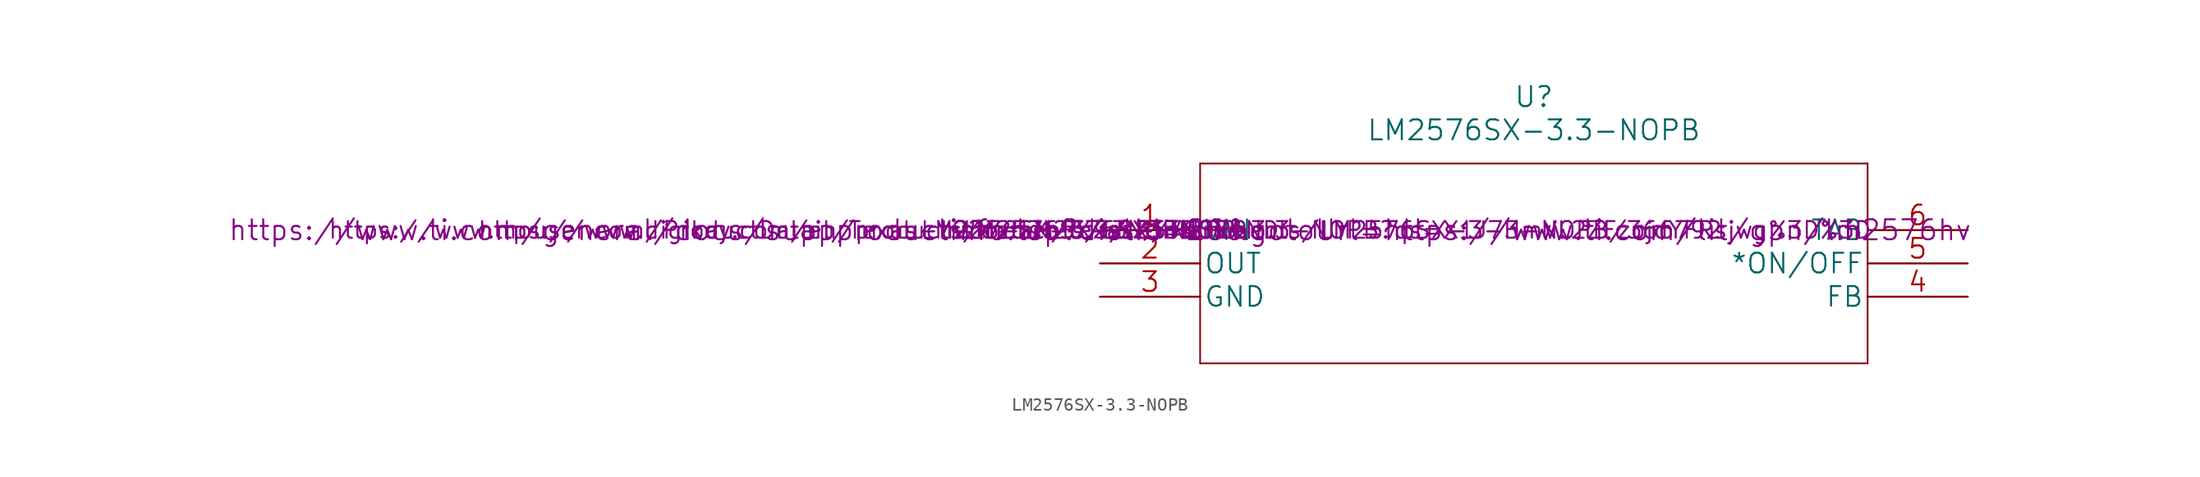
<source format=kicad_sym>
(kicad_symbol_lib
  (version 20211014)
  (generator kicad_symbol_editor)
  (symbol "LM2576SX-3.3-NOPB"
    (pin_names
      (offset 0.254))
    (property "Reference" "U"
      (at 33.02 10.16 0)
      (effects (font (size 1.524 1.524))))
    (property "Value" "LM2576SX-3.3-NOPB"
      (at 33.02 7.62 0)
      (effects (font (size 1.524 1.524))))
    (property "Datasheet" "https://www.ti.com/general/docs/suppproductinfo.tsp?distId=26&gotoUrl=https://www.ti.com/lit/gpn/lm2576hv"
      (at 0 0 0)
      (effects (font (size 1.524 1.524))))
    (property "Manufacturer's Part Number" "LM2576SX-3.3/NOPB"
      (at 0 0 0)
      (effects (font (size 1.27 1.27))))
    (property "Digikey Part Number" "LM2576SX-3.3/NOPBCT-ND"
      (at 0 0 0)
      (effects (font (size 1.27 1.27))))
    (property "Mouser Part Number" "926-LM2576SX33NOPB"
      (at 0 0 0)
      (effects (font (size 1.27 1.27))))
    (property "Digikey link" "https://www.digikey.com/en/products/detail/texas-instruments/LM2576SX-3-3-NOPB/366792"
      (at 0 0 0)
      (effects (font (size 1.27 1.27))))
    (property "Mouser link" "https://www.mouser.com/ProductDetail/Texas-Instruments/LM2576SX-3.3-NOPB?qs=X1J7HmVL2ZFzojdYFRsjwg%3D%3D"
      (at 0 0 0)
      (effects (font (size 1.27 1.27))))
    (symbol "LM2576SX-3.3-NOPB_1_1"
      (polyline (pts (xy 7.62 -10.16) (xy 58.42 -10.16)) (stroke (width 0.127) (type default) (color 0 0 0 0)) (fill (type none)))
      (polyline (pts (xy 7.62 5.08) (xy 7.62 -10.16)) (stroke (width 0.127) (type default) (color 0 0 0 0)) (fill (type none)))
      (polyline (pts (xy 58.42 -10.16) (xy 58.42 5.08)) (stroke (width 0.127) (type default) (color 0 0 0 0)) (fill (type none)))
      (polyline (pts (xy 58.42 5.08) (xy 7.62 5.08)) (stroke (width 0.127) (type default) (color 0 0 0 0)) (fill (type none)))
      (pin power_in line (at 0 0 0) (length 7.62) (name "VIN" (effects (font (size 1.499 1.499)))) (number "1" (effects (font (size 1.499 1.499)))))
      (pin power_in line (at 0 -2.54 0) (length 7.62) (name "OUT" (effects (font (size 1.499 1.499)))) (number "2" (effects (font (size 1.499 1.499)))))
      (pin power_in line (at 0 -5.08 0) (length 7.62) (name "GND" (effects (font (size 1.499 1.499)))) (number "3" (effects (font (size 1.499 1.499)))))
      (pin input line (at 66.04 -5.08 180) (length 7.62) (name "FB" (effects (font (size 1.499 1.499)))) (number "4" (effects (font (size 1.499 1.499)))))
      (pin input line (at 66.04 -2.54 180) (length 7.62) (name "*ON/OFF" (effects (font (size 1.499 1.499)))) (number "5" (effects (font (size 1.499 1.499)))))
      (pin power_in line (at 66.04 0 180) (length 7.62) (name "TAB" (effects (font (size 1.499 1.499)))) (number "6" (effects (font (size 1.499 1.499))))))))
</source>
